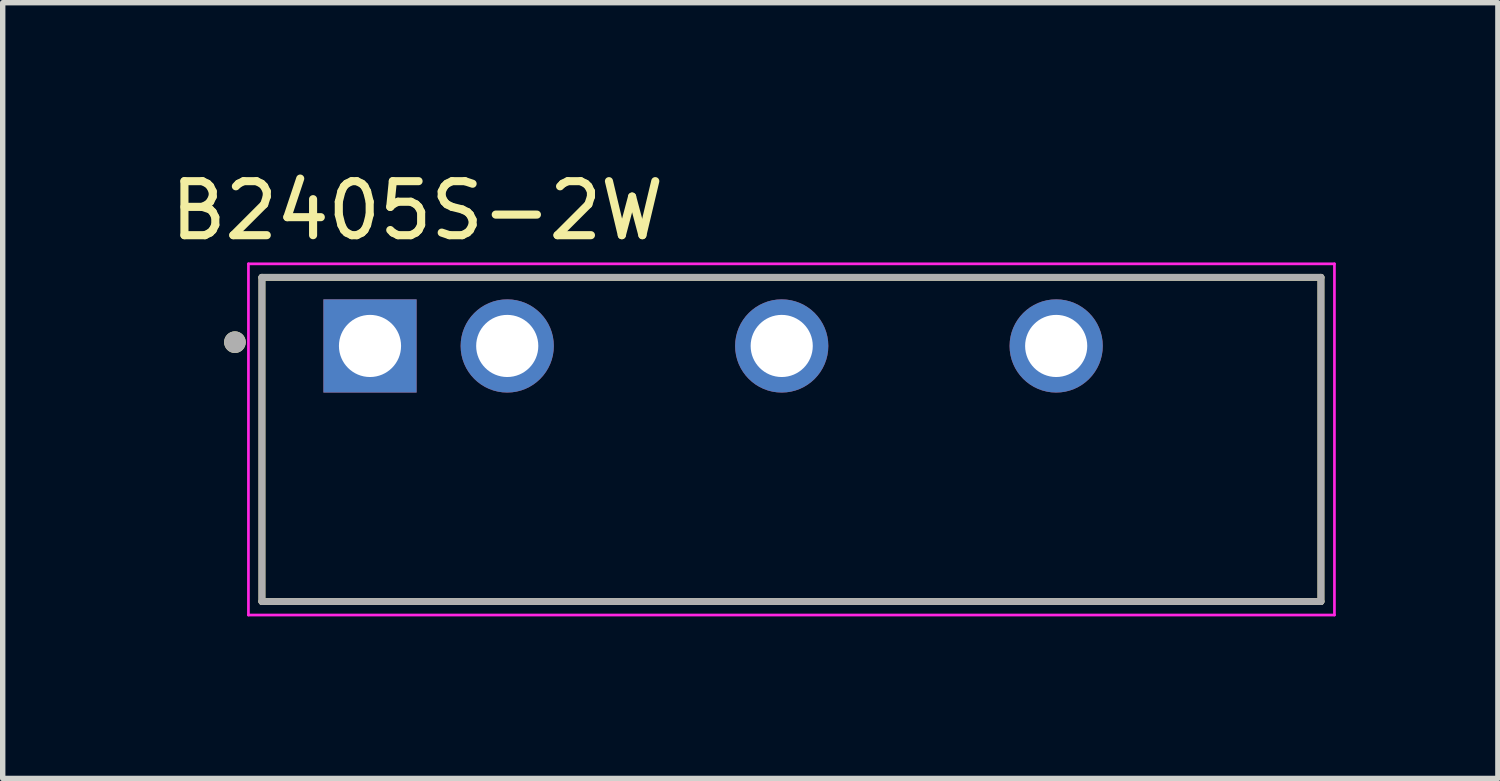
<source format=kicad_pcb>
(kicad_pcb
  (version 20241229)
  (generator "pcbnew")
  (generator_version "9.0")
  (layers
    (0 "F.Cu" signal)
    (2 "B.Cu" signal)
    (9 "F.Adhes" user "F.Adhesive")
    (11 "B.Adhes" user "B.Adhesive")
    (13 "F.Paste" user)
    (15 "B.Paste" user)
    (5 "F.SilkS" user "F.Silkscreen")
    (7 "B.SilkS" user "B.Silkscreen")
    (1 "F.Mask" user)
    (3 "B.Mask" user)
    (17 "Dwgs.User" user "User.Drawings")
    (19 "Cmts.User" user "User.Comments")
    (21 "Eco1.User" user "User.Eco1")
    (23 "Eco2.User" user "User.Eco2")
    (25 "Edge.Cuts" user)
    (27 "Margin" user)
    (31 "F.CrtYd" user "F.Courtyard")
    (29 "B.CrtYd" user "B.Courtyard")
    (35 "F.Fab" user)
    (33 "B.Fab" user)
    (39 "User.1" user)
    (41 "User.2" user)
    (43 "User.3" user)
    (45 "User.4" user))
  (footprint "B2405S-2W"
    (layer "F.Cu")
    (at 11.598 5.083)
    (property "Reference" "B2405S-2W" (at -6.925 -4.235 0) (layer "F.SilkS") (effects (font (size 1 1) (thickness 0.15))))
    (attr through_hole)
    (fp_line (start -9.8 -3) (end -9.8 3) (stroke (width 0.127) (type solid)) (layer "F.SilkS"))
    (fp_line (start -9.8 -3) (end 9.8 -3) (stroke (width 0.127) (type solid)) (layer "F.SilkS"))
    (fp_line (start -9.8 3) (end 9.8 3) (stroke (width 0.127) (type solid)) (layer "F.SilkS"))
    (fp_line (start 9.8 3) (end 9.8 -3) (stroke (width 0.127) (type solid)) (layer "F.SilkS"))
    (fp_circle (center -10.3 -1.8) (end -10.2 -1.8) (stroke (width 0.2) (type solid)) (fill no) (layer "F.SilkS"))
    (fp_line (start -10.05 -3.25) (end 10.05 -3.25) (stroke (width 0.05) (type solid)) (layer "F.CrtYd"))
    (fp_line (start -10.05 3.25) (end -10.05 -3.25) (stroke (width 0.05) (type solid)) (layer "F.CrtYd"))
    (fp_line (start 10.05 -3.25) (end 10.05 3.25) (stroke (width 0.05) (type solid)) (layer "F.CrtYd"))
    (fp_line (start 10.05 3.25) (end -10.05 3.25) (stroke (width 0.05) (type solid)) (layer "F.CrtYd"))
    (fp_line (start -9.8 -3) (end -9.8 3) (stroke (width 0.127) (type solid)) (layer "F.Fab"))
    (fp_line (start -9.8 3) (end 9.8 3) (stroke (width 0.127) (type solid)) (layer "F.Fab"))
    (fp_line (start 9.8 -3) (end -9.8 -3) (stroke (width 0.127) (type solid)) (layer "F.Fab"))
    (fp_line (start 9.8 3) (end 9.8 -3) (stroke (width 0.127) (type solid)) (layer "F.Fab"))
    (fp_circle (center -10.3 -1.8) (end -10.2 -1.8) (stroke (width 0.2) (type solid)) (fill no) (layer "F.Fab"))
    (pad "1" thru_hole rect (at -7.8 -1.73) (size 1.725 1.725) (drill 1.15) (layers "*.Cu" "*.Mask"))
    (pad "2" thru_hole circle (at -5.26 -1.73) (size 1.725 1.725) (drill 1.15) (layers "*.Cu" "*.Mask"))
    (pad "4" thru_hole circle (at -0.18 -1.73) (size 1.725 1.725) (drill 1.15) (layers "*.Cu" "*.Mask"))
    (pad "6" thru_hole circle (at 4.9 -1.73) (size 1.725 1.725) (drill 1.15) (layers "*.Cu" "*.Mask")))
  (gr_rect
    (start -3 -3)
    (end 24.673 11.358)
    (stroke (width 0.1) (type default))
    (fill no)
    (layer "Edge.Cuts")))
</source>
